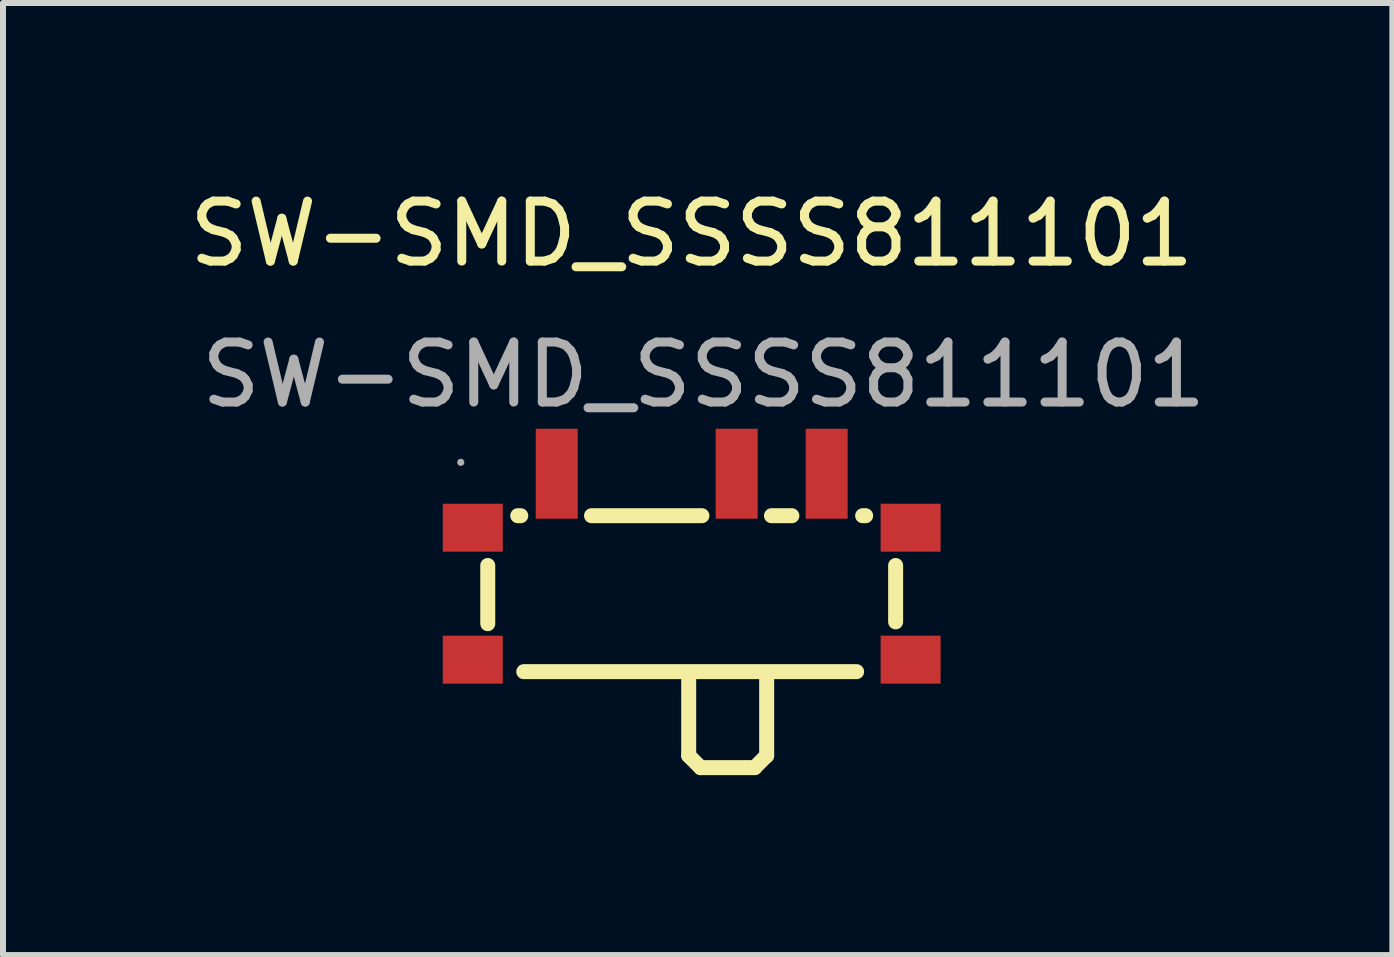
<source format=kicad_pcb>
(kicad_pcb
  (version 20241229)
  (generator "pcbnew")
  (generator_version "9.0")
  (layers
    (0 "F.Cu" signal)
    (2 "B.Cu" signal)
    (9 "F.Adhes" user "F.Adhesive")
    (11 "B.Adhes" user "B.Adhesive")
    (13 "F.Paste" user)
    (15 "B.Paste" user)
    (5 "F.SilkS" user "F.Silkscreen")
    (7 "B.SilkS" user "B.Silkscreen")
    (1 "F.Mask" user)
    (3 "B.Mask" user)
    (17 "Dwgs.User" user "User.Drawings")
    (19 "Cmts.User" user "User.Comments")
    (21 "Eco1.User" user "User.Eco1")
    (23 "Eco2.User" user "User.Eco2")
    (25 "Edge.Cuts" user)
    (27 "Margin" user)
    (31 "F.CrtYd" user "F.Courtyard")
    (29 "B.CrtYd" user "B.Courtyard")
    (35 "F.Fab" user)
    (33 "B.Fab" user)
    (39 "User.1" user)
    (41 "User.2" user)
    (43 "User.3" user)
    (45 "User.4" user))
  (footprint "SW-SMD_SSSS811101"
    (layer "F.Cu")
    (at 8.482 6.398)
    (property "Reference" "SW-SMD_SSSS811101" (at 0 -5.55 0) (layer "F.SilkS") (effects (font (size 1 1) (thickness 0.15))))
    (attr smd)
    (fp_line (start -3.4 0.95) (end -3.4 -0.02) (stroke (width 0.25) (type solid)) (layer "F.SilkS"))
    (fp_line (start -2.9 -0.85) (end -2.85 -0.85) (stroke (width 0.25) (type solid)) (layer "F.SilkS"))
    (fp_line (start -1.67 -0.85) (end 0.17 -0.85) (stroke (width 0.25) (type solid)) (layer "F.SilkS"))
    (fp_line (start -0.05 3.15) (end -0.05 1.85) (stroke (width 0.25) (type solid)) (layer "F.SilkS"))
    (fp_line (start 0.15 3.35) (end -0.05 3.15) (stroke (width 0.25) (type solid)) (layer "F.SilkS"))
    (fp_line (start 0.15 3.35) (end 1.05 3.35) (stroke (width 0.25) (type solid)) (layer "F.SilkS"))
    (fp_line (start 1.05 3.35) (end 1.25 3.15) (stroke (width 0.25) (type solid)) (layer "F.SilkS"))
    (fp_line (start 1.25 3.15) (end 1.25 1.85) (stroke (width 0.25) (type solid)) (layer "F.SilkS"))
    (fp_line (start 1.33 -0.85) (end 1.67 -0.85) (stroke (width 0.25) (type solid)) (layer "F.SilkS"))
    (fp_line (start 2.75 1.75) (end -2.8 1.75) (stroke (width 0.25) (type solid)) (layer "F.SilkS"))
    (fp_line (start 2.85 -0.85) (end 2.9 -0.85) (stroke (width 0.25) (type solid)) (layer "F.SilkS"))
    (fp_line (start 3.4 -0.02) (end 3.4 0.92) (stroke (width 0.25) (type solid)) (layer "F.SilkS"))
    (fp_circle (center -3.85 -1.74) (end -3.82 -1.74) (stroke (width 0.06) (type solid)) (fill no) (layer "F.Fab"))
    (fp_text user "${REFERENCE}" (at 0.2 -3.2 0) (layer "F.Fab") (effects (font (size 1 1) (thickness 0.15))))
    (pad "1" smd rect (at -2.25 -1.55) (size 0.7 1.5) (layers "F.Cu" "F.Mask" "F.Paste"))
    (pad "2" smd rect (at 0.75 -1.55) (size 0.7 1.5) (layers "F.Cu" "F.Mask" "F.Paste"))
    (pad "3" smd rect (at 2.25 -1.55) (size 0.7 1.5) (layers "F.Cu" "F.Mask" "F.Paste"))
    (pad "4" smd rect (at -3.65 -0.65 90) (size 0.8 1) (layers "F.Cu" "F.Mask" "F.Paste"))
    (pad "5" smd rect (at 3.65 -0.65 90) (size 0.8 1) (layers "F.Cu" "F.Mask" "F.Paste"))
    (pad "6" smd rect (at 3.65 1.55 90) (size 0.8 1) (layers "F.Cu" "F.Mask" "F.Paste"))
    (pad "7" smd rect (at -3.65 1.55 90) (size 0.8 1) (layers "F.Cu" "F.Mask" "F.Paste")))
  (gr_rect
    (start -3 -3)
    (end 20.164 12.873)
    (stroke (width 0.1) (type default))
    (fill no)
    (layer "Edge.Cuts")))
</source>
